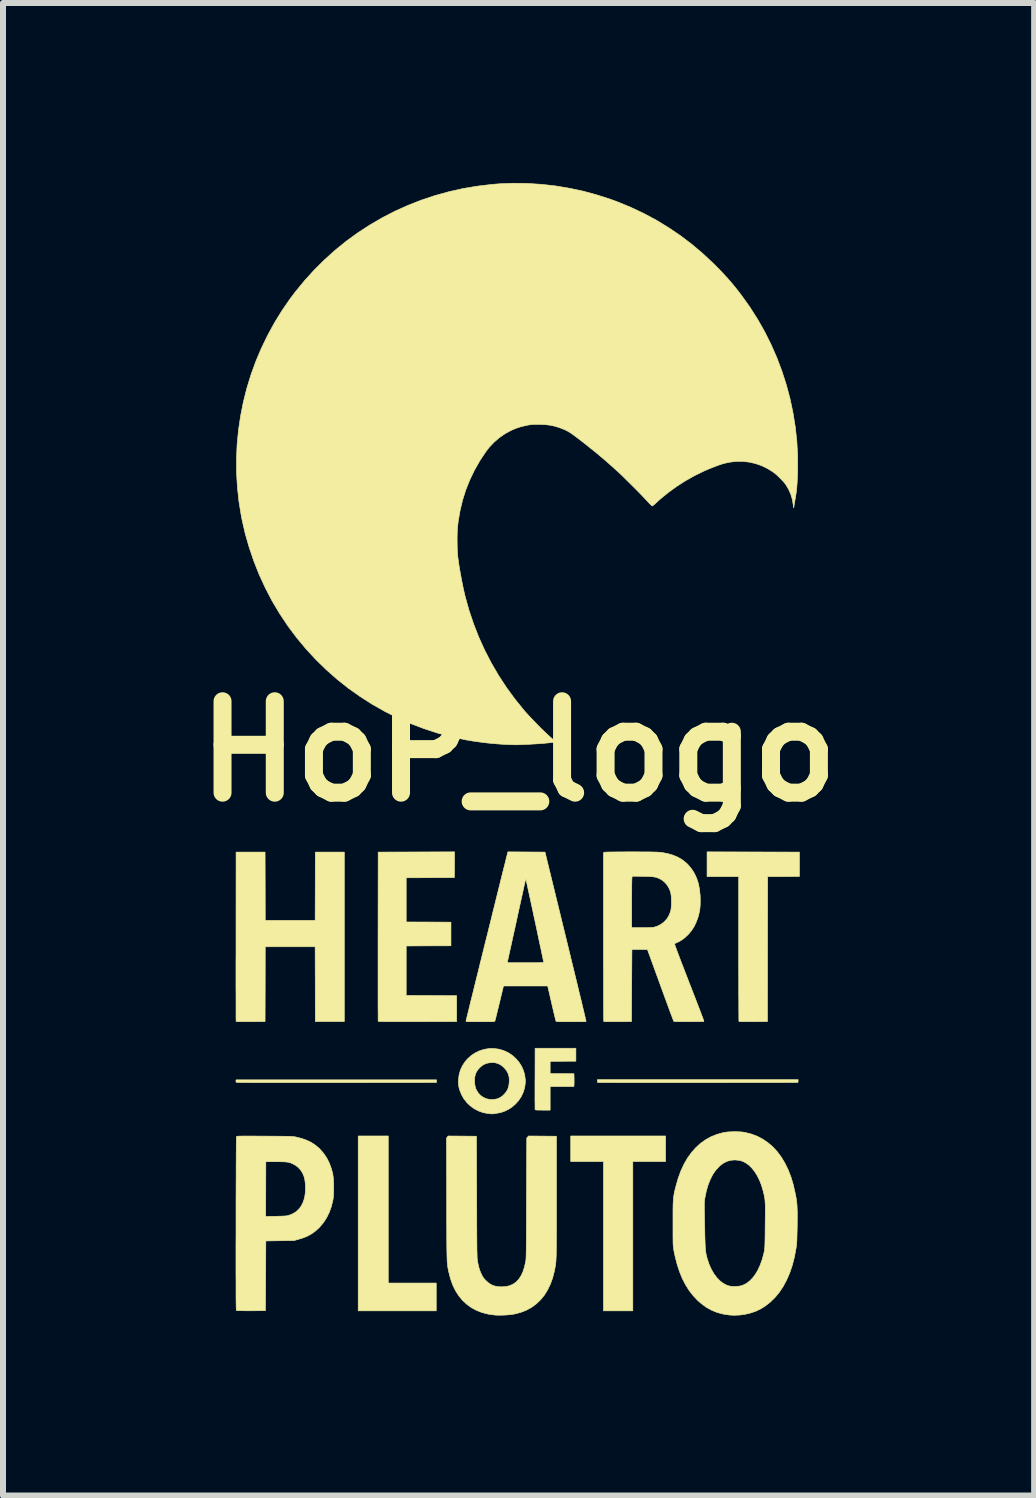
<source format=kicad_pcb>
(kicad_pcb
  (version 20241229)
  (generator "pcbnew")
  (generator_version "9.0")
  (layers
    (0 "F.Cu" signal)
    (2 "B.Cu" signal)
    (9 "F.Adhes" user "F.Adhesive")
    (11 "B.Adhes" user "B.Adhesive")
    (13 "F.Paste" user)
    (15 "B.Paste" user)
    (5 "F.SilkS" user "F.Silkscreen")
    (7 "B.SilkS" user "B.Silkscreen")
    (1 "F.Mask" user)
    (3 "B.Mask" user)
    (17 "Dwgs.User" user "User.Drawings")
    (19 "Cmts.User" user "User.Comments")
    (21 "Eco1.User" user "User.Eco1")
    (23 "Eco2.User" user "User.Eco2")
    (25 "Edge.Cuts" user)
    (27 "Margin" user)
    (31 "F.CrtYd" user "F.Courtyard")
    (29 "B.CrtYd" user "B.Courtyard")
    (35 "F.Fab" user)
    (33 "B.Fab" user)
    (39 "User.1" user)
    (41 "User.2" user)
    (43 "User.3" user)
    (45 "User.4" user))
  (footprint "HoP_logo"
    (layer "F.Cu")
    (at 5.595 9.476)
    (property "Reference" "HoP_logo" (at 0 0 0) (layer "F.SilkS") (effects (font (size 1.524 1.524) (thickness 0.3))))
    (attr through_hole)
    (fp_poly (pts (xy -2.172 8.865) (xy -1.372 8.865) (xy -1.372 9.328) (xy -2.673 9.328) (xy -2.673 6.413) (xy -2.172 6.413) (xy -2.172 8.865)) (stroke (width 0.01) (type solid)) (fill yes) (layer "F.SilkS"))
    (fp_poly (pts (xy 2.451 6.839) (xy 1.905 6.839) (xy 1.905 9.328) (xy 1.416 9.328) (xy 1.416 6.839) (xy 0.87 6.839) (xy 0.87 6.413) (xy 2.451 6.413) (xy 2.451 6.839)) (stroke (width 0.01) (type solid)) (fill yes) (layer "F.SilkS"))
    (fp_poly (pts (xy 4.66 5.498) (xy 4.658 5.521) (xy 2.99 5.523) (xy 2.846 5.523) (xy 2.704 5.523) (xy 2.567 5.523) (xy 2.434 5.523) (xy 2.305 5.523) (xy 2.183 5.523) (xy 2.066 5.523) (xy 1.955 5.523) (xy 1.852 5.523) (xy 1.756 5.523) (xy 1.668 5.523) (xy 1.589 5.522) (xy 1.519 5.522) (xy 1.458 5.522) (xy 1.408 5.522) (xy 1.368 5.521) (xy 1.34 5.521) (xy 1.323 5.521) (xy 1.319 5.52) (xy 1.316 5.512) (xy 1.314 5.496) (xy 1.314 5.495) (xy 1.314 5.474) (xy 4.662 5.474) (xy 4.66 5.498)) (stroke (width 0.01) (type solid)) (fill yes) (layer "F.SilkS"))
    (fp_poly (pts (xy -1.368 5.521) (xy -3.037 5.523) (xy -3.211 5.523) (xy -3.373 5.523) (xy -3.524 5.523) (xy -3.662 5.523) (xy -3.79 5.523) (xy -3.908 5.523) (xy -4.015 5.523) (xy -4.112 5.523) (xy -4.2 5.523) (xy -4.28 5.523) (xy -4.351 5.523) (xy -4.414 5.523) (xy -4.47 5.522) (xy -4.518 5.522) (xy -4.56 5.522) (xy -4.596 5.521) (xy -4.626 5.521) (xy -4.65 5.52) (xy -4.67 5.519) (xy -4.685 5.519) (xy -4.696 5.518) (xy -4.703 5.517) (xy -4.708 5.516) (xy -4.709 5.515) (xy -4.711 5.502) (xy -4.711 5.492) (xy -4.709 5.477) (xy -1.368 5.477) (xy -1.368 5.521)) (stroke (width 0.01) (type solid)) (fill yes) (layer "F.SilkS"))
    (fp_poly (pts (xy 0.956 5.166) (xy 0.741 5.167) (xy 0.527 5.169) (xy 0.527 5.372) (xy 0.725 5.374) (xy 0.924 5.375) (xy 0.926 5.467) (xy 0.926 5.501) (xy 0.926 5.532) (xy 0.925 5.556) (xy 0.924 5.571) (xy 0.924 5.574) (xy 0.921 5.588) (xy 0.527 5.588) (xy 0.527 5.982) (xy 0.403 5.982) (xy 0.357 5.981) (xy 0.323 5.981) (xy 0.299 5.98) (xy 0.284 5.978) (xy 0.277 5.975) (xy 0.276 5.974) (xy 0.276 5.966) (xy 0.275 5.947) (xy 0.275 5.917) (xy 0.275 5.877) (xy 0.274 5.829) (xy 0.274 5.773) (xy 0.274 5.709) (xy 0.274 5.64) (xy 0.274 5.566) (xy 0.274 5.488) (xy 0.275 5.458) (xy 0.276 4.95) (xy 0.956 4.95) (xy 0.956 5.166)) (stroke (width 0.01) (type solid)) (fill yes) (layer "F.SilkS"))
    (fp_poly (pts (xy 3.913 1.678) (xy 4.683 1.68) (xy 4.683 2.086) (xy 4.418 2.088) (xy 4.153 2.089) (xy 4.151 3.297) (xy 4.15 4.505) (xy 3.914 4.507) (xy 3.861 4.507) (xy 3.811 4.507) (xy 3.767 4.507) (xy 3.73 4.507) (xy 3.702 4.506) (xy 3.683 4.505) (xy 3.675 4.504) (xy 3.675 4.504) (xy 3.674 4.498) (xy 3.674 4.479) (xy 3.673 4.449) (xy 3.673 4.408) (xy 3.673 4.356) (xy 3.672 4.295) (xy 3.672 4.226) (xy 3.672 4.147) (xy 3.671 4.061) (xy 3.671 3.968) (xy 3.671 3.869) (xy 3.671 3.763) (xy 3.67 3.652) (xy 3.67 3.537) (xy 3.67 3.418) (xy 3.67 3.295) (xy 3.67 2.089) (xy 3.143 2.089) (xy 3.143 1.676) (xy 3.913 1.678)) (stroke (width 0.01) (type solid)) (fill yes) (layer "F.SilkS"))
    (fp_poly (pts (xy -4.224 2.249) (xy -4.223 2.819) (xy -3.391 2.819) (xy -3.389 2.249) (xy -3.388 1.68) (xy -2.905 1.68) (xy -2.905 4.505) (xy -3.388 4.505) (xy -3.389 3.881) (xy -3.391 3.258) (xy -4.223 3.258) (xy -4.224 3.881) (xy -4.226 4.505) (xy -4.466 4.507) (xy -4.53 4.507) (xy -4.583 4.507) (xy -4.624 4.507) (xy -4.657 4.507) (xy -4.68 4.506) (xy -4.696 4.505) (xy -4.705 4.503) (xy -4.709 4.501) (xy -4.709 4.501) (xy -4.709 4.494) (xy -4.709 4.474) (xy -4.71 4.444) (xy -4.71 4.402) (xy -4.71 4.35) (xy -4.71 4.288) (xy -4.71 4.217) (xy -4.71 4.137) (xy -4.71 4.049) (xy -4.711 3.954) (xy -4.711 3.852) (xy -4.711 3.743) (xy -4.711 3.628) (xy -4.711 3.509) (xy -4.71 3.384) (xy -4.71 3.256) (xy -4.71 3.124) (xy -4.71 3.086) (xy -4.709 1.68) (xy -4.226 1.68) (xy -4.224 2.249)) (stroke (width 0.01) (type solid)) (fill yes) (layer "F.SilkS"))
    (fp_poly (pts (xy -1.068 1.891) (xy -1.07 2.105) (xy -1.472 2.107) (xy -1.873 2.108) (xy -1.873 2.845) (xy -1.5 2.846) (xy -1.127 2.848) (xy -1.127 3.242) (xy -1.5 3.243) (xy -1.873 3.245) (xy -1.873 4.07) (xy -1.453 4.072) (xy -1.032 4.074) (xy -1.032 4.505) (xy -1.685 4.507) (xy -1.794 4.507) (xy -1.891 4.507) (xy -1.977 4.507) (xy -2.052 4.507) (xy -2.116 4.507) (xy -2.171 4.507) (xy -2.217 4.507) (xy -2.255 4.506) (xy -2.285 4.505) (xy -2.308 4.505) (xy -2.324 4.504) (xy -2.334 4.502) (xy -2.339 4.501) (xy -2.34 4.501) (xy -2.34 4.494) (xy -2.341 4.474) (xy -2.341 4.444) (xy -2.341 4.402) (xy -2.341 4.35) (xy -2.342 4.288) (xy -2.342 4.217) (xy -2.342 4.137) (xy -2.342 4.049) (xy -2.342 3.954) (xy -2.342 3.852) (xy -2.342 3.743) (xy -2.342 3.628) (xy -2.342 3.509) (xy -2.342 3.384) (xy -2.342 3.256) (xy -2.342 3.124) (xy -2.342 3.086) (xy -2.34 1.68) (xy -1.703 1.678) (xy -1.067 1.676) (xy -1.068 1.891)) (stroke (width 0.01) (type solid)) (fill yes) (layer "F.SilkS"))
    (fp_poly (pts (xy -0.329 4.965) (xy -0.25 4.988) (xy -0.243 4.991) (xy -0.169 5.026) (xy -0.102 5.071) (xy -0.043 5.124) (xy 0.008 5.184) (xy 0.05 5.25) (xy 0.082 5.322) (xy 0.103 5.397) (xy 0.113 5.475) (xy 0.113 5.526) (xy 0.102 5.606) (xy 0.079 5.683) (xy 0.045 5.756) (xy -0.000273 5.823) (xy -0.049 5.878) (xy -0.107 5.929) (xy -0.168 5.969) (xy -0.235 6.001) (xy -0.279 6.016) (xy -0.303 6.023) (xy -0.334 6.029) (xy -0.368 6.035) (xy -0.401 6.04) (xy -0.429 6.044) (xy -0.449 6.045) (xy -0.454 6.044) (xy -0.463 6.043) (xy -0.481 6.041) (xy -0.504 6.039) (xy -0.508 6.038) (xy -0.588 6.024) (xy -0.664 5.997) (xy -0.735 5.961) (xy -0.8 5.914) (xy -0.859 5.859) (xy -0.909 5.795) (xy -0.95 5.725) (xy -0.976 5.661) (xy -0.992 5.609) (xy -1 5.56) (xy -1.002 5.51) (xy -0.734 5.51) (xy -0.728 5.564) (xy -0.716 5.615) (xy -0.704 5.643) (xy -0.673 5.694) (xy -0.634 5.736) (xy -0.588 5.769) (xy -0.536 5.792) (xy -0.48 5.804) (xy -0.421 5.805) (xy -0.361 5.795) (xy -0.358 5.794) (xy -0.311 5.775) (xy -0.266 5.744) (xy -0.226 5.704) (xy -0.193 5.658) (xy -0.181 5.635) (xy -0.169 5.602) (xy -0.16 5.561) (xy -0.155 5.516) (xy -0.154 5.472) (xy -0.157 5.433) (xy -0.158 5.427) (xy -0.174 5.371) (xy -0.202 5.32) (xy -0.239 5.275) (xy -0.283 5.237) (xy -0.334 5.209) (xy -0.38 5.194) (xy -0.419 5.189) (xy -0.463 5.19) (xy -0.507 5.196) (xy -0.546 5.206) (xy -0.548 5.207) (xy -0.598 5.232) (xy -0.643 5.269) (xy -0.682 5.313) (xy -0.71 5.361) (xy -0.725 5.405) (xy -0.733 5.456) (xy -0.734 5.51) (xy -1.002 5.51) (xy -1.002 5.509) (xy -1.001 5.475) (xy -0.991 5.392) (xy -0.969 5.314) (xy -0.935 5.241) (xy -0.889 5.172) (xy -0.849 5.126) (xy -0.787 5.07) (xy -0.719 5.026) (xy -0.646 4.991) (xy -0.569 4.968) (xy -0.49 4.955) (xy -0.409 4.955) (xy -0.329 4.965)) (stroke (width 0.01) (type solid)) (fill yes) (layer "F.SilkS"))
    (fp_poly (pts (xy -4.467 6.414) (xy -4.402 6.414) (xy -4.327 6.415) (xy -4.24 6.415) (xy -4.233 6.415) (xy -4.145 6.416) (xy -4.068 6.416) (xy -4.003 6.417) (xy -3.947 6.417) (xy -3.899 6.418) (xy -3.86 6.418) (xy -3.828 6.419) (xy -3.801 6.42) (xy -3.779 6.421) (xy -3.761 6.423) (xy -3.746 6.424) (xy -3.733 6.426) (xy -3.721 6.428) (xy -3.708 6.431) (xy -3.706 6.431) (xy -3.616 6.454) (xy -3.537 6.482) (xy -3.466 6.515) (xy -3.402 6.555) (xy -3.343 6.602) (xy -3.312 6.631) (xy -3.25 6.702) (xy -3.197 6.78) (xy -3.154 6.866) (xy -3.119 6.961) (xy -3.097 7.045) (xy -3.092 7.081) (xy -3.087 7.127) (xy -3.084 7.18) (xy -3.082 7.238) (xy -3.082 7.297) (xy -3.083 7.354) (xy -3.086 7.407) (xy -3.09 7.454) (xy -3.095 7.483) (xy -3.12 7.588) (xy -3.156 7.687) (xy -3.201 7.778) (xy -3.256 7.862) (xy -3.32 7.937) (xy -3.327 7.944) (xy -3.389 8) (xy -3.455 8.047) (xy -3.527 8.086) (xy -3.607 8.117) (xy -3.67 8.136) (xy -3.743 8.156) (xy -3.978 8.159) (xy -4.213 8.163) (xy -4.22 9.325) (xy -4.458 9.327) (xy -4.512 9.327) (xy -4.562 9.327) (xy -4.607 9.326) (xy -4.645 9.326) (xy -4.674 9.325) (xy -4.695 9.324) (xy -4.704 9.323) (xy -4.704 9.323) (xy -4.705 9.32) (xy -4.706 9.313) (xy -4.706 9.3) (xy -4.707 9.283) (xy -4.708 9.259) (xy -4.708 9.229) (xy -4.709 9.192) (xy -4.709 9.149) (xy -4.71 9.097) (xy -4.71 9.038) (xy -4.71 8.97) (xy -4.71 8.894) (xy -4.71 8.808) (xy -4.711 8.713) (xy -4.711 8.608) (xy -4.711 8.492) (xy -4.711 8.365) (xy -4.711 8.227) (xy -4.71 8.077) (xy -4.71 7.915) (xy -4.71 7.877) (xy -4.71 7.755) (xy -4.216 7.755) (xy -4.043 7.752) (xy -3.986 7.75) (xy -3.939 7.749) (xy -3.903 7.747) (xy -3.874 7.745) (xy -3.853 7.742) (xy -3.838 7.739) (xy -3.836 7.738) (xy -3.771 7.713) (xy -3.713 7.679) (xy -3.664 7.634) (xy -3.623 7.581) (xy -3.592 7.519) (xy -3.569 7.449) (xy -3.566 7.434) (xy -3.556 7.368) (xy -3.552 7.298) (xy -3.553 7.227) (xy -3.56 7.16) (xy -3.572 7.101) (xy -3.573 7.099) (xy -3.597 7.038) (xy -3.631 6.983) (xy -3.675 6.935) (xy -3.727 6.896) (xy -3.755 6.882) (xy -3.778 6.871) (xy -3.799 6.862) (xy -3.821 6.855) (xy -3.843 6.85) (xy -3.87 6.847) (xy -3.901 6.844) (xy -3.94 6.843) (xy -3.988 6.842) (xy -4.042 6.842) (xy -4.213 6.842) (xy -4.216 7.755) (xy -4.71 7.755) (xy -4.71 7.738) (xy -4.71 7.604) (xy -4.71 7.474) (xy -4.709 7.349) (xy -4.709 7.23) (xy -4.708 7.117) (xy -4.708 7.01) (xy -4.708 6.91) (xy -4.707 6.818) (xy -4.707 6.735) (xy -4.706 6.66) (xy -4.706 6.594) (xy -4.705 6.539) (xy -4.705 6.493) (xy -4.704 6.459) (xy -4.704 6.436) (xy -4.703 6.425) (xy -4.703 6.424) (xy -4.701 6.422) (xy -4.699 6.42) (xy -4.693 6.419) (xy -4.685 6.417) (xy -4.673 6.416) (xy -4.656 6.415) (xy -4.633 6.415) (xy -4.603 6.414) (xy -4.566 6.414) (xy -4.521 6.414) (xy -4.467 6.414)) (stroke (width 0.01) (type solid)) (fill yes) (layer "F.SilkS"))
    (fp_poly (pts (xy 0.4 6.415) (xy 0.632 6.417) (xy 0.632 7.433) (xy 0.632 7.569) (xy 0.632 7.692) (xy 0.632 7.805) (xy 0.632 7.907) (xy 0.632 7.998) (xy 0.631 8.08) (xy 0.631 8.154) (xy 0.631 8.219) (xy 0.63 8.277) (xy 0.629 8.327) (xy 0.629 8.372) (xy 0.628 8.411) (xy 0.626 8.445) (xy 0.625 8.475) (xy 0.623 8.502) (xy 0.621 8.525) (xy 0.619 8.546) (xy 0.616 8.566) (xy 0.613 8.584) (xy 0.61 8.602) (xy 0.606 8.62) (xy 0.602 8.64) (xy 0.598 8.661) (xy 0.597 8.668) (xy 0.568 8.781) (xy 0.53 8.885) (xy 0.484 8.98) (xy 0.43 9.067) (xy 0.368 9.143) (xy 0.298 9.21) (xy 0.22 9.268) (xy 0.135 9.315) (xy 0.042 9.352) (xy -0.058 9.379) (xy -0.092 9.385) (xy -0.142 9.392) (xy -0.2 9.397) (xy -0.261 9.4) (xy -0.32 9.401) (xy -0.373 9.4) (xy -0.397 9.398) (xy -0.505 9.383) (xy -0.606 9.357) (xy -0.7 9.321) (xy -0.786 9.275) (xy -0.864 9.218) (xy -0.934 9.153) (xy -0.997 9.077) (xy -1.051 8.992) (xy -1.097 8.898) (xy -1.134 8.794) (xy -1.163 8.681) (xy -1.165 8.672) (xy -1.169 8.652) (xy -1.173 8.634) (xy -1.176 8.617) (xy -1.179 8.6) (xy -1.182 8.583) (xy -1.184 8.565) (xy -1.186 8.545) (xy -1.188 8.523) (xy -1.19 8.498) (xy -1.191 8.469) (xy -1.192 8.436) (xy -1.193 8.399) (xy -1.194 8.356) (xy -1.195 8.306) (xy -1.196 8.25) (xy -1.196 8.186) (xy -1.197 8.115) (xy -1.197 8.034) (xy -1.197 7.944) (xy -1.198 7.844) (xy -1.198 7.733) (xy -1.198 7.611) (xy -1.198 7.477) (xy -1.198 7.47) (xy -1.201 6.447) (xy -1.187 6.43) (xy -1.174 6.413) (xy -0.938 6.415) (xy -0.702 6.417) (xy -0.698 7.426) (xy -0.698 7.56) (xy -0.697 7.681) (xy -0.697 7.792) (xy -0.697 7.891) (xy -0.696 7.98) (xy -0.696 8.059) (xy -0.695 8.129) (xy -0.695 8.191) (xy -0.694 8.245) (xy -0.694 8.292) (xy -0.693 8.333) (xy -0.692 8.367) (xy -0.691 8.396) (xy -0.691 8.421) (xy -0.69 8.441) (xy -0.689 8.458) (xy -0.688 8.472) (xy -0.686 8.483) (xy -0.685 8.493) (xy -0.684 8.499) (xy -0.672 8.561) (xy -0.659 8.614) (xy -0.643 8.662) (xy -0.623 8.708) (xy -0.618 8.719) (xy -0.601 8.752) (xy -0.584 8.779) (xy -0.563 8.804) (xy -0.54 8.827) (xy -0.496 8.866) (xy -0.449 8.895) (xy -0.399 8.914) (xy -0.342 8.925) (xy -0.279 8.928) (xy -0.209 8.923) (xy -0.146 8.908) (xy -0.09 8.883) (xy -0.04 8.847) (xy 0.004 8.802) (xy 0.041 8.745) (xy 0.073 8.678) (xy 0.098 8.599) (xy 0.119 8.509) (xy 0.119 8.509) (xy 0.12 8.5) (xy 0.122 8.49) (xy 0.123 8.479) (xy 0.124 8.465) (xy 0.125 8.448) (xy 0.126 8.427) (xy 0.127 8.402) (xy 0.127 8.372) (xy 0.128 8.337) (xy 0.129 8.296) (xy 0.129 8.248) (xy 0.13 8.192) (xy 0.13 8.129) (xy 0.131 8.058) (xy 0.131 7.977) (xy 0.132 7.886) (xy 0.132 7.785) (xy 0.132 7.673) (xy 0.133 7.549) (xy 0.133 7.447) (xy 0.137 6.446) (xy 0.152 6.43) (xy 0.167 6.413) (xy 0.4 6.415)) (stroke (width 0.01) (type solid)) (fill yes) (layer "F.SilkS"))
    (fp_poly (pts (xy 0.441 1.68) (xy 0.785 3.089) (xy 0.817 3.22) (xy 0.848 3.348) (xy 0.878 3.472) (xy 0.907 3.591) (xy 0.935 3.706) (xy 0.962 3.816) (xy 0.987 3.919) (xy 1.01 4.016) (xy 1.032 4.105) (xy 1.052 4.187) (xy 1.069 4.261) (xy 1.085 4.326) (xy 1.098 4.382) (xy 1.109 4.428) (xy 1.117 4.464) (xy 1.123 4.488) (xy 1.126 4.501) (xy 1.126 4.504) (xy 1.119 4.505) (xy 1.101 4.506) (xy 1.073 4.507) (xy 1.037 4.507) (xy 0.993 4.508) (xy 0.943 4.508) (xy 0.889 4.508) (xy 0.876 4.508) (xy 0.813 4.508) (xy 0.762 4.508) (xy 0.721 4.508) (xy 0.69 4.508) (xy 0.666 4.507) (xy 0.649 4.506) (xy 0.637 4.504) (xy 0.63 4.502) (xy 0.626 4.5) (xy 0.624 4.497) (xy 0.621 4.489) (xy 0.616 4.47) (xy 0.609 4.44) (xy 0.6 4.403) (xy 0.589 4.358) (xy 0.577 4.307) (xy 0.564 4.251) (xy 0.552 4.199) (xy 0.486 3.912) (xy 0.117 3.912) (xy -0.251 3.912) (xy -0.32 4.199) (xy -0.334 4.258) (xy -0.348 4.313) (xy -0.36 4.363) (xy -0.371 4.407) (xy -0.38 4.444) (xy -0.388 4.472) (xy -0.392 4.491) (xy -0.395 4.497) (xy -0.397 4.5) (xy -0.401 4.503) (xy -0.409 4.504) (xy -0.421 4.506) (xy -0.438 4.507) (xy -0.463 4.508) (xy -0.496 4.508) (xy -0.538 4.508) (xy -0.59 4.508) (xy -0.638 4.508) (xy -0.7 4.508) (xy -0.75 4.508) (xy -0.789 4.508) (xy -0.82 4.507) (xy -0.842 4.507) (xy -0.858 4.506) (xy -0.868 4.504) (xy -0.874 4.502) (xy -0.876 4.5) (xy -0.876 4.498) (xy -0.875 4.491) (xy -0.87 4.473) (xy -0.863 4.443) (xy -0.854 4.404) (xy -0.841 4.354) (xy -0.827 4.296) (xy -0.811 4.229) (xy -0.793 4.155) (xy -0.772 4.074) (xy -0.751 3.987) (xy -0.728 3.893) (xy -0.704 3.795) (xy -0.678 3.693) (xy -0.652 3.587) (xy -0.637 3.524) (xy -0.189 3.524) (xy 0.115 3.524) (xy 0.188 3.524) (xy 0.249 3.524) (xy 0.299 3.524) (xy 0.339 3.523) (xy 0.37 3.522) (xy 0.393 3.521) (xy 0.408 3.52) (xy 0.416 3.518) (xy 0.419 3.516) (xy 0.419 3.516) (xy 0.418 3.509) (xy 0.414 3.49) (xy 0.408 3.461) (xy 0.4 3.422) (xy 0.39 3.375) (xy 0.379 3.321) (xy 0.366 3.26) (xy 0.351 3.193) (xy 0.336 3.121) (xy 0.32 3.046) (xy 0.304 2.969) (xy 0.287 2.889) (xy 0.27 2.809) (xy 0.252 2.729) (xy 0.236 2.65) (xy 0.219 2.573) (xy 0.203 2.499) (xy 0.188 2.43) (xy 0.174 2.365) (xy 0.161 2.307) (xy 0.15 2.255) (xy 0.141 2.211) (xy 0.133 2.176) (xy 0.127 2.151) (xy 0.124 2.137) (xy 0.123 2.134) (xy 0.118 2.134) (xy 0.117 2.141) (xy 0.112 2.159) (xy 0.106 2.187) (xy 0.097 2.226) (xy 0.086 2.274) (xy 0.074 2.331) (xy 0.06 2.395) (xy 0.044 2.466) (xy 0.027 2.543) (xy 0.009 2.625) (xy -0.01 2.711) (xy -0.029 2.801) (xy -0.031 2.81) (xy -0.051 2.901) (xy -0.07 2.988) (xy -0.089 3.072) (xy -0.106 3.15) (xy -0.122 3.223) (xy -0.137 3.289) (xy -0.15 3.348) (xy -0.161 3.399) (xy -0.17 3.441) (xy -0.177 3.473) (xy -0.182 3.494) (xy -0.184 3.503) (xy -0.184 3.504) (xy -0.189 3.524) (xy -0.637 3.524) (xy -0.625 3.478) (xy -0.598 3.367) (xy -0.57 3.254) (xy -0.542 3.141) (xy -0.513 3.027) (xy -0.485 2.913) (xy -0.457 2.801) (xy -0.43 2.69) (xy -0.403 2.582) (xy -0.377 2.476) (xy -0.352 2.375) (xy -0.328 2.278) (xy -0.305 2.186) (xy -0.284 2.1) (xy -0.264 2.02) (xy -0.246 1.948) (xy -0.229 1.883) (xy -0.215 1.826) (xy -0.204 1.779) (xy -0.194 1.742) (xy -0.187 1.715) (xy -0.184 1.7) (xy -0.177 1.676) (xy 0.441 1.68)) (stroke (width 0.01) (type solid)) (fill yes) (layer "F.SilkS"))
    (fp_poly (pts (xy 1.97 1.676) (xy 2.048 1.677) (xy 2.115 1.677) (xy 2.173 1.677) (xy 2.222 1.678) (xy 2.263 1.679) (xy 2.297 1.68) (xy 2.326 1.681) (xy 2.349 1.683) (xy 2.369 1.684) (xy 2.383 1.686) (xy 2.482 1.704) (xy 2.573 1.73) (xy 2.654 1.764) (xy 2.728 1.807) (xy 2.793 1.858) (xy 2.826 1.89) (xy 2.883 1.958) (xy 2.931 2.033) (xy 2.969 2.114) (xy 2.998 2.203) (xy 3.017 2.299) (xy 3.028 2.404) (xy 3.03 2.483) (xy 3.029 2.556) (xy 3.024 2.621) (xy 3.014 2.681) (xy 3 2.739) (xy 2.988 2.779) (xy 2.958 2.858) (xy 2.924 2.927) (xy 2.884 2.988) (xy 2.837 3.045) (xy 2.831 3.052) (xy 2.772 3.107) (xy 2.713 3.151) (xy 2.653 3.183) (xy 2.634 3.191) (xy 2.616 3.2) (xy 2.604 3.209) (xy 2.602 3.213) (xy 2.604 3.22) (xy 2.61 3.239) (xy 2.62 3.268) (xy 2.634 3.306) (xy 2.651 3.352) (xy 2.672 3.407) (xy 2.695 3.469) (xy 2.721 3.537) (xy 2.75 3.61) (xy 2.78 3.689) (xy 2.812 3.771) (xy 2.842 3.85) (xy 2.876 3.936) (xy 2.907 4.018) (xy 2.938 4.096) (xy 2.966 4.169) (xy 2.992 4.237) (xy 3.016 4.299) (xy 3.037 4.353) (xy 3.054 4.4) (xy 3.069 4.438) (xy 3.079 4.466) (xy 3.086 4.484) (xy 3.088 4.491) (xy 3.089 4.505) (xy 2.842 4.507) (xy 2.777 4.507) (xy 2.72 4.507) (xy 2.672 4.507) (xy 2.635 4.506) (xy 2.608 4.505) (xy 2.592 4.504) (xy 2.589 4.503) (xy 2.586 4.496) (xy 2.579 4.478) (xy 2.568 4.45) (xy 2.554 4.412) (xy 2.536 4.366) (xy 2.516 4.312) (xy 2.494 4.25) (xy 2.469 4.183) (xy 2.442 4.11) (xy 2.414 4.032) (xy 2.384 3.951) (xy 2.366 3.901) (xy 2.149 3.305) (xy 2.021 3.303) (xy 1.982 3.303) (xy 1.947 3.303) (xy 1.92 3.303) (xy 1.9 3.303) (xy 1.891 3.303) (xy 1.891 3.303) (xy 1.891 3.31) (xy 1.89 3.328) (xy 1.89 3.357) (xy 1.889 3.397) (xy 1.889 3.445) (xy 1.889 3.502) (xy 1.888 3.566) (xy 1.888 3.637) (xy 1.887 3.713) (xy 1.887 3.795) (xy 1.886 3.88) (xy 1.886 3.905) (xy 1.883 4.505) (xy 1.654 4.507) (xy 1.601 4.507) (xy 1.552 4.507) (xy 1.509 4.507) (xy 1.473 4.507) (xy 1.445 4.506) (xy 1.427 4.505) (xy 1.42 4.504) (xy 1.42 4.498) (xy 1.42 4.479) (xy 1.419 4.449) (xy 1.419 4.407) (xy 1.418 4.355) (xy 1.418 4.294) (xy 1.418 4.223) (xy 1.417 4.144) (xy 1.417 4.056) (xy 1.417 3.961) (xy 1.417 3.859) (xy 1.417 3.75) (xy 1.416 3.636) (xy 1.416 3.516) (xy 1.416 3.392) (xy 1.416 3.264) (xy 1.416 3.132) (xy 1.416 3.094) (xy 1.416 2.55) (xy 1.886 2.55) (xy 1.886 2.94) (xy 2.056 2.94) (xy 2.113 2.94) (xy 2.16 2.939) (xy 2.197 2.938) (xy 2.225 2.936) (xy 2.248 2.934) (xy 2.265 2.931) (xy 2.266 2.93) (xy 2.324 2.911) (xy 2.378 2.881) (xy 2.428 2.843) (xy 2.47 2.798) (xy 2.502 2.748) (xy 2.504 2.743) (xy 2.52 2.708) (xy 2.532 2.676) (xy 2.54 2.645) (xy 2.545 2.61) (xy 2.548 2.57) (xy 2.549 2.52) (xy 2.549 2.508) (xy 2.548 2.456) (xy 2.546 2.414) (xy 2.541 2.379) (xy 2.534 2.346) (xy 2.523 2.315) (xy 2.508 2.281) (xy 2.504 2.274) (xy 2.475 2.226) (xy 2.437 2.183) (xy 2.394 2.148) (xy 2.362 2.129) (xy 2.338 2.118) (xy 2.316 2.108) (xy 2.294 2.101) (xy 2.271 2.096) (xy 2.244 2.092) (xy 2.213 2.089) (xy 2.174 2.087) (xy 2.126 2.085) (xy 2.069 2.084) (xy 1.894 2.082) (xy 1.89 2.121) (xy 1.889 2.135) (xy 1.889 2.16) (xy 1.888 2.195) (xy 1.887 2.239) (xy 1.887 2.291) (xy 1.887 2.349) (xy 1.886 2.413) (xy 1.886 2.48) (xy 1.886 2.55) (xy 1.416 2.55) (xy 1.416 1.689) (xy 1.432 1.683) (xy 1.442 1.681) (xy 1.464 1.68) (xy 1.497 1.679) (xy 1.541 1.678) (xy 1.595 1.678) (xy 1.659 1.677) (xy 1.732 1.677) (xy 1.812 1.676) (xy 1.88 1.676) (xy 1.97 1.676)) (stroke (width 0.01) (type solid)) (fill yes) (layer "F.SilkS"))
    (fp_poly (pts (xy 3.659 6.342) (xy 3.714 6.345) (xy 3.762 6.351) (xy 3.772 6.353) (xy 3.877 6.379) (xy 3.977 6.416) (xy 4.07 6.465) (xy 4.157 6.524) (xy 4.238 6.593) (xy 4.312 6.673) (xy 4.38 6.764) (xy 4.44 6.864) (xy 4.494 6.974) (xy 4.541 7.094) (xy 4.58 7.224) (xy 4.609 7.352) (xy 4.619 7.399) (xy 4.627 7.442) (xy 4.633 7.481) (xy 4.638 7.52) (xy 4.642 7.559) (xy 4.644 7.6) (xy 4.646 7.645) (xy 4.647 7.695) (xy 4.647 7.753) (xy 4.647 7.82) (xy 4.646 7.898) (xy 4.646 7.907) (xy 4.645 7.977) (xy 4.643 8.035) (xy 4.642 8.084) (xy 4.641 8.124) (xy 4.64 8.158) (xy 4.638 8.187) (xy 4.636 8.213) (xy 4.633 8.237) (xy 4.63 8.26) (xy 4.627 8.284) (xy 4.626 8.288) (xy 4.599 8.433) (xy 4.564 8.569) (xy 4.521 8.696) (xy 4.47 8.813) (xy 4.413 8.92) (xy 4.348 9.018) (xy 4.275 9.106) (xy 4.196 9.183) (xy 4.11 9.25) (xy 4.032 9.298) (xy 3.956 9.334) (xy 3.871 9.363) (xy 3.781 9.385) (xy 3.689 9.398) (xy 3.596 9.402) (xy 3.517 9.398) (xy 3.412 9.382) (xy 3.313 9.356) (xy 3.22 9.318) (xy 3.131 9.269) (xy 3.048 9.208) (xy 2.983 9.151) (xy 2.909 9.072) (xy 2.842 8.986) (xy 2.783 8.891) (xy 2.73 8.788) (xy 2.684 8.675) (xy 2.644 8.552) (xy 2.61 8.419) (xy 2.589 8.319) (xy 2.586 8.301) (xy 2.584 8.286) (xy 2.582 8.27) (xy 2.58 8.253) (xy 2.578 8.233) (xy 2.577 8.21) (xy 2.576 8.182) (xy 2.576 8.149) (xy 2.575 8.108) (xy 2.575 8.059) (xy 2.575 8.001) (xy 2.575 7.932) (xy 2.575 7.864) (xy 2.575 7.781) (xy 2.575 7.71) (xy 2.575 7.648) (xy 2.576 7.595) (xy 2.576 7.593) (xy 3.097 7.593) (xy 3.097 7.629) (xy 3.098 7.672) (xy 3.099 7.724) (xy 3.1 7.785) (xy 3.101 7.858) (xy 3.103 7.914) (xy 3.105 7.999) (xy 3.106 8.073) (xy 3.108 8.136) (xy 3.11 8.189) (xy 3.112 8.235) (xy 3.114 8.274) (xy 3.116 8.307) (xy 3.119 8.335) (xy 3.123 8.36) (xy 3.127 8.383) (xy 3.131 8.405) (xy 3.137 8.427) (xy 3.143 8.449) (xy 3.147 8.462) (xy 3.177 8.552) (xy 3.213 8.633) (xy 3.255 8.706) (xy 3.302 8.77) (xy 3.353 8.824) (xy 3.408 8.867) (xy 3.466 8.898) (xy 3.494 8.909) (xy 3.535 8.918) (xy 3.584 8.922) (xy 3.635 8.921) (xy 3.684 8.916) (xy 3.727 8.906) (xy 3.735 8.903) (xy 3.794 8.874) (xy 3.849 8.834) (xy 3.901 8.782) (xy 3.948 8.72) (xy 3.991 8.648) (xy 4.028 8.567) (xy 4.061 8.476) (xy 4.088 8.378) (xy 4.096 8.341) (xy 4.098 8.327) (xy 4.101 8.313) (xy 4.103 8.297) (xy 4.104 8.279) (xy 4.106 8.257) (xy 4.107 8.231) (xy 4.108 8.198) (xy 4.109 8.159) (xy 4.11 8.111) (xy 4.111 8.054) (xy 4.111 7.987) (xy 4.112 7.909) (xy 4.112 7.897) (xy 4.113 7.814) (xy 4.114 7.743) (xy 4.114 7.682) (xy 4.114 7.63) (xy 4.114 7.586) (xy 4.113 7.548) (xy 4.111 7.516) (xy 4.109 7.487) (xy 4.106 7.461) (xy 4.103 7.437) (xy 4.098 7.413) (xy 4.093 7.389) (xy 4.086 7.362) (xy 4.079 7.331) (xy 4.077 7.326) (xy 4.051 7.236) (xy 4.018 7.152) (xy 3.98 7.076) (xy 3.938 7.008) (xy 3.892 6.95) (xy 3.842 6.9) (xy 3.789 6.862) (xy 3.734 6.834) (xy 3.684 6.82) (xy 3.612 6.812) (xy 3.544 6.817) (xy 3.48 6.834) (xy 3.42 6.863) (xy 3.363 6.904) (xy 3.346 6.92) (xy 3.289 6.982) (xy 3.239 7.054) (xy 3.197 7.137) (xy 3.16 7.229) (xy 3.13 7.333) (xy 3.107 7.447) (xy 3.105 7.457) (xy 3.103 7.472) (xy 3.101 7.487) (xy 3.099 7.502) (xy 3.098 7.519) (xy 3.097 7.539) (xy 3.097 7.563) (xy 3.097 7.593) (xy 2.576 7.593) (xy 2.577 7.549) (xy 2.579 7.509) (xy 2.581 7.474) (xy 2.584 7.443) (xy 2.588 7.413) (xy 2.593 7.385) (xy 2.598 7.355) (xy 2.605 7.324) (xy 2.614 7.289) (xy 2.623 7.253) (xy 2.66 7.122) (xy 2.704 7.001) (xy 2.756 6.888) (xy 2.814 6.786) (xy 2.88 6.694) (xy 2.952 6.611) (xy 3.03 6.539) (xy 3.115 6.478) (xy 3.206 6.427) (xy 3.302 6.388) (xy 3.405 6.359) (xy 3.439 6.353) (xy 3.486 6.346) (xy 3.541 6.343) (xy 3.6 6.341) (xy 3.659 6.342)) (stroke (width 0.01) (type solid)) (fill yes) (layer "F.SilkS"))
    (fp_poly (pts (xy 0.145 -9.468) (xy 0.379 -9.453) (xy 0.613 -9.427) (xy 0.846 -9.388) (xy 1.077 -9.339) (xy 1.305 -9.277) (xy 1.53 -9.205) (xy 1.645 -9.163) (xy 1.87 -9.07) (xy 2.089 -8.967) (xy 2.3 -8.854) (xy 2.504 -8.729) (xy 2.702 -8.595) (xy 2.894 -8.449) (xy 3.079 -8.292) (xy 3.258 -8.124) (xy 3.303 -8.079) (xy 3.397 -7.982) (xy 3.483 -7.889) (xy 3.564 -7.795) (xy 3.643 -7.698) (xy 3.718 -7.6) (xy 3.858 -7.404) (xy 3.987 -7.201) (xy 4.105 -6.993) (xy 4.212 -6.778) (xy 4.308 -6.559) (xy 4.392 -6.335) (xy 4.465 -6.108) (xy 4.527 -5.876) (xy 4.576 -5.642) (xy 4.614 -5.406) (xy 4.64 -5.167) (xy 4.653 -4.927) (xy 4.654 -4.686) (xy 4.645 -4.48) (xy 4.638 -4.392) (xy 4.629 -4.312) (xy 4.617 -4.236) (xy 4.613 -4.213) (xy 4.606 -4.174) (xy 4.6 -4.137) (xy 4.595 -4.105) (xy 4.591 -4.081) (xy 4.59 -4.067) (xy 4.588 -4.06) (xy 4.586 -4.065) (xy 4.583 -4.083) (xy 4.58 -4.11) (xy 4.564 -4.202) (xy 4.539 -4.286) (xy 4.503 -4.366) (xy 4.46 -4.441) (xy 4.437 -4.471) (xy 4.407 -4.506) (xy 4.371 -4.543) (xy 4.333 -4.581) (xy 4.296 -4.615) (xy 4.26 -4.644) (xy 4.245 -4.656) (xy 4.15 -4.715) (xy 4.051 -4.763) (xy 3.949 -4.798) (xy 3.843 -4.822) (xy 3.735 -4.834) (xy 3.626 -4.833) (xy 3.516 -4.82) (xy 3.423 -4.799) (xy 3.386 -4.788) (xy 3.341 -4.773) (xy 3.29 -4.754) (xy 3.236 -4.733) (xy 3.18 -4.711) (xy 3.126 -4.688) (xy 3.081 -4.668) (xy 2.929 -4.593) (xy 2.779 -4.508) (xy 2.634 -4.415) (xy 2.495 -4.314) (xy 2.365 -4.208) (xy 2.288 -4.138) (xy 2.267 -4.118) (xy 2.248 -4.103) (xy 2.234 -4.093) (xy 2.227 -4.09) (xy 2.22 -4.096) (xy 2.206 -4.109) (xy 2.187 -4.128) (xy 2.164 -4.152) (xy 2.143 -4.175) (xy 2.112 -4.208) (xy 2.073 -4.249) (xy 2.029 -4.295) (xy 1.98 -4.345) (xy 1.928 -4.397) (xy 1.874 -4.451) (xy 1.821 -4.503) (xy 1.77 -4.554) (xy 1.723 -4.6) (xy 1.68 -4.641) (xy 1.644 -4.675) (xy 1.639 -4.679) (xy 1.463 -4.836) (xy 1.279 -4.991) (xy 1.09 -5.142) (xy 0.974 -5.231) (xy 0.93 -5.264) (xy 0.893 -5.291) (xy 0.862 -5.312) (xy 0.835 -5.328) (xy 0.811 -5.342) (xy 0.786 -5.354) (xy 0.781 -5.357) (xy 0.699 -5.39) (xy 0.621 -5.416) (xy 0.544 -5.434) (xy 0.463 -5.445) (xy 0.375 -5.45) (xy 0.333 -5.45) (xy 0.288 -5.45) (xy 0.252 -5.45) (xy 0.223 -5.448) (xy 0.196 -5.445) (xy 0.169 -5.441) (xy 0.138 -5.435) (xy 0.129 -5.433) (xy 0.06 -5.417) (xy -0.001 -5.4) (xy -0.06 -5.378) (xy -0.122 -5.351) (xy -0.127 -5.349) (xy -0.227 -5.294) (xy -0.321 -5.229) (xy -0.408 -5.154) (xy -0.488 -5.07) (xy -0.544 -4.997) (xy -0.646 -4.844) (xy -0.735 -4.687) (xy -0.813 -4.525) (xy -0.879 -4.359) (xy -0.933 -4.189) (xy -0.975 -4.013) (xy -1.006 -3.834) (xy -1.016 -3.743) (xy -1.02 -3.698) (xy -1.022 -3.643) (xy -1.024 -3.581) (xy -1.024 -3.515) (xy -1.023 -3.449) (xy -1.022 -3.384) (xy -1.019 -3.324) (xy -1.016 -3.272) (xy -1.013 -3.248) (xy -1.005 -3.186) (xy -0.995 -3.114) (xy -0.982 -3.035) (xy -0.967 -2.951) (xy -0.951 -2.866) (xy -0.935 -2.782) (xy -0.918 -2.702) (xy -0.901 -2.627) (xy -0.889 -2.578) (xy -0.825 -2.349) (xy -0.749 -2.123) (xy -0.662 -1.901) (xy -0.563 -1.683) (xy -0.453 -1.471) (xy -0.333 -1.265) (xy -0.202 -1.065) (xy -0.062 -0.873) (xy 0.087 -0.689) (xy 0.114 -0.657) (xy 0.157 -0.61) (xy 0.206 -0.557) (xy 0.259 -0.502) (xy 0.314 -0.445) (xy 0.369 -0.389) (xy 0.423 -0.337) (xy 0.473 -0.289) (xy 0.517 -0.249) (xy 0.522 -0.244) (xy 0.55 -0.22) (xy 0.574 -0.198) (xy 0.593 -0.179) (xy 0.605 -0.167) (xy 0.609 -0.161) (xy 0.609 -0.158) (xy 0.606 -0.156) (xy 0.6 -0.154) (xy 0.588 -0.152) (xy 0.571 -0.149) (xy 0.546 -0.146) (xy 0.512 -0.142) (xy 0.468 -0.138) (xy 0.422 -0.133) (xy 0.391 -0.131) (xy 0.352 -0.128) (xy 0.306 -0.125) (xy 0.256 -0.122) (xy 0.203 -0.119) (xy 0.15 -0.116) (xy 0.098 -0.114) (xy 0.049 -0.112) (xy 0.006 -0.11) (xy -0.03 -0.109) (xy -0.058 -0.109) (xy -0.073 -0.109) (xy -0.083 -0.11) (xy -0.104 -0.11) (xy -0.133 -0.112) (xy -0.168 -0.113) (xy -0.208 -0.115) (xy -0.219 -0.115) (xy -0.315 -0.121) (xy -0.419 -0.129) (xy -0.529 -0.14) (xy -0.639 -0.154) (xy -0.747 -0.169) (xy -0.849 -0.186) (xy -0.873 -0.19) (xy -1.111 -0.241) (xy -1.346 -0.303) (xy -1.575 -0.378) (xy -1.8 -0.463) (xy -2.02 -0.56) (xy -2.234 -0.668) (xy -2.442 -0.786) (xy -2.643 -0.915) (xy -2.838 -1.053) (xy -3.026 -1.202) (xy -3.206 -1.361) (xy -3.378 -1.529) (xy -3.542 -1.706) (xy -3.697 -1.892) (xy -3.843 -2.087) (xy -3.855 -2.105) (xy -3.988 -2.305) (xy -4.111 -2.512) (xy -4.222 -2.726) (xy -4.323 -2.945) (xy -4.412 -3.169) (xy -4.49 -3.398) (xy -4.557 -3.63) (xy -4.611 -3.867) (xy -4.622 -3.924) (xy -4.661 -4.163) (xy -4.687 -4.402) (xy -4.701 -4.641) (xy -4.702 -4.88) (xy -4.692 -5.118) (xy -4.669 -5.355) (xy -4.634 -5.59) (xy -4.588 -5.823) (xy -4.53 -6.054) (xy -4.46 -6.281) (xy -4.379 -6.504) (xy -4.286 -6.723) (xy -4.182 -6.938) (xy -4.067 -7.148) (xy -3.941 -7.352) (xy -3.805 -7.549) (xy -3.725 -7.655) (xy -3.57 -7.844) (xy -3.407 -8.024) (xy -3.236 -8.194) (xy -3.057 -8.355) (xy -2.871 -8.506) (xy -2.678 -8.646) (xy -2.478 -8.776) (xy -2.272 -8.896) (xy -2.06 -9.005) (xy -1.843 -9.103) (xy -1.62 -9.19) (xy -1.392 -9.266) (xy -1.16 -9.33) (xy -0.924 -9.383) (xy -0.684 -9.423) (xy -0.44 -9.452) (xy -0.318 -9.462) (xy -0.087 -9.471) (xy 0.145 -9.468)) (stroke (width 0.01) (type solid)) (fill yes) (layer "F.SilkS")))
  (gr_rect
    (start -3 -3)
    (end 14.191 21.883)
    (stroke (width 0.1) (type default))
    (fill no)
    (layer "Edge.Cuts")))
</source>
